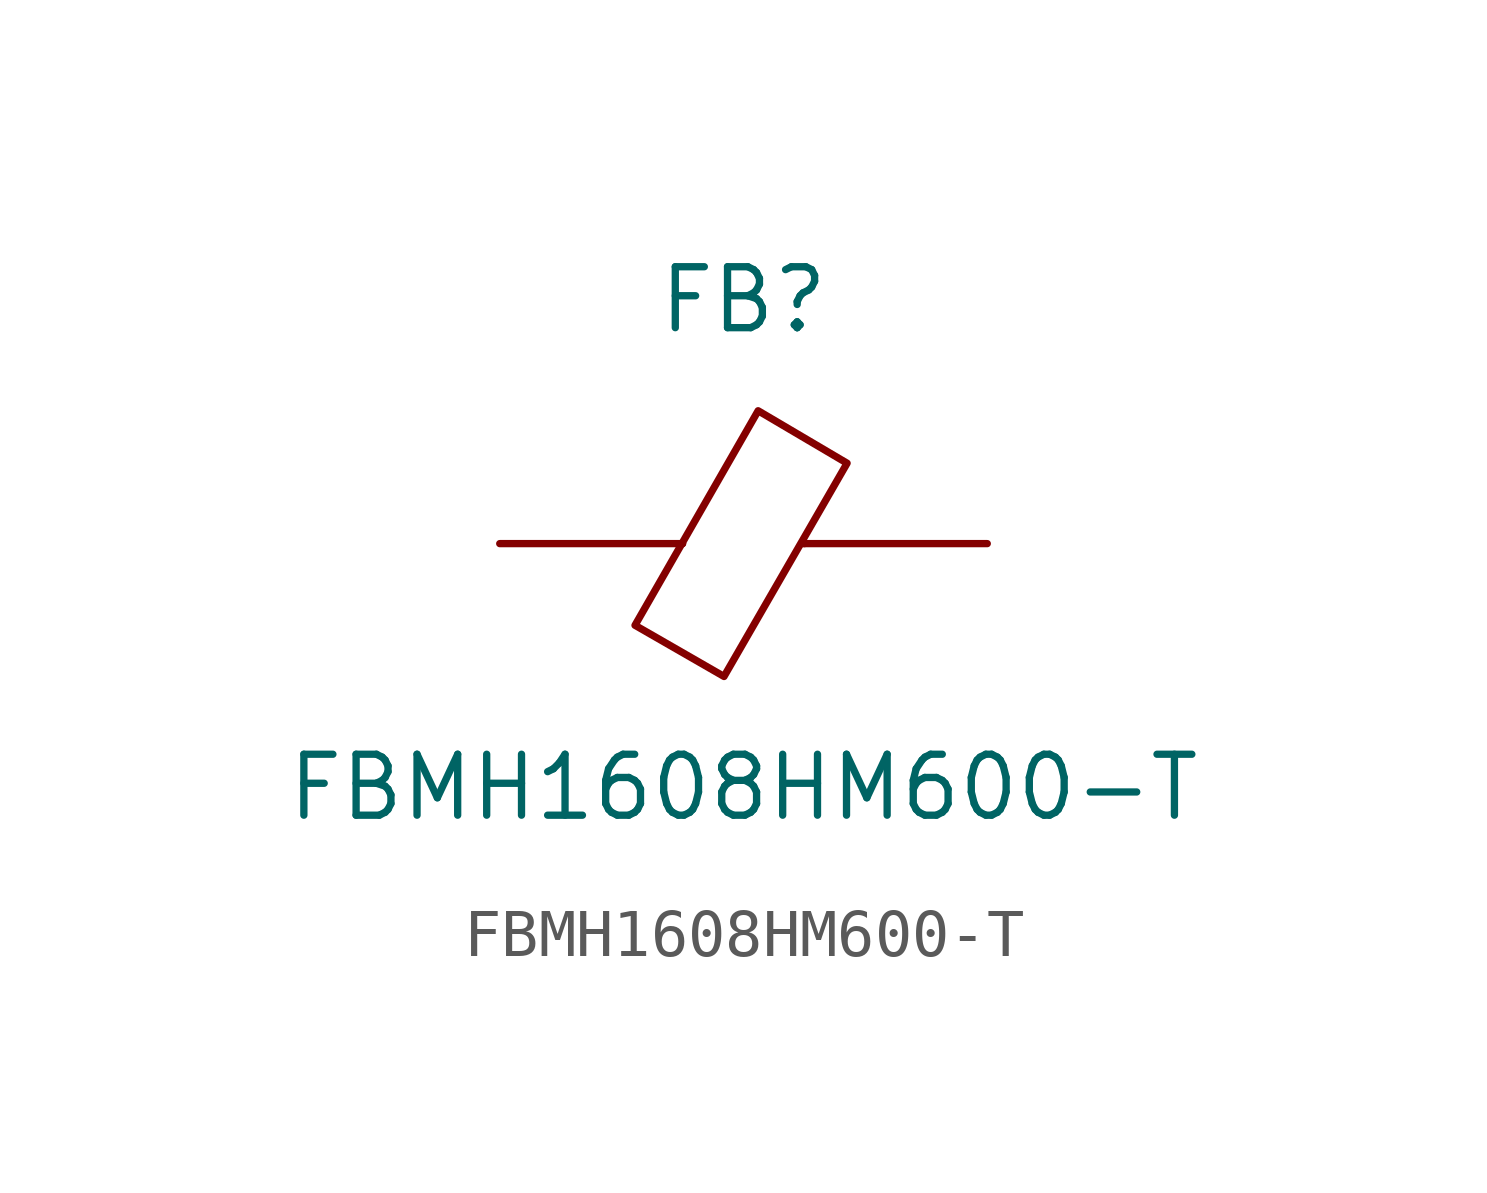
<source format=kicad_sym>
(kicad_symbol_lib
  (version 20241209)
  (generator "kicad_symbol_editor")
  (generator_version "9.0")
  (symbol "FBMH1608HM600-T"
    (pin_numbers
      (hide yes))
    (pin_names
      (offset 0))
    (property "Reference" "FB"
      (at 0 5.08 0)
      (effects (font (size 1.27 1.27))))
    (property "Value" "FBMH1608HM600-T"
      (at 0 -5.08 0)
      (effects (font (size 1.27 1.27))))
    (symbol "FBMH1608HM600-T_0_1"
      (polyline (pts (xy -1.27 0) (xy -1.295 0)) (stroke (width 0) (type default)) (fill (type none)))
      (polyline (pts (xy -0.406 -2.769) (xy -2.261 -1.702) (xy 0.305 2.769) (xy 2.159 1.676) (xy -0.406 -2.769)) (stroke (width 0) (type default)) (fill (type none)))
      (polyline (pts (xy 1.27 0) (xy 1.219 0)) (stroke (width 0) (type default)) (fill (type none))))
    (symbol "FBMH1608HM600-T_1_1"
      (pin passive line (at -5.08 0 0) (length 3.81) (name "~" (effects (font (size 1.27 1.27)))) (number "1" (effects (font (size 1.27 1.27)))))
      (pin passive line (at 5.08 0 180) (length 3.81) (name "~" (effects (font (size 1.27 1.27)))) (number "2" (effects (font (size 1.27 1.27))))))))
</source>
